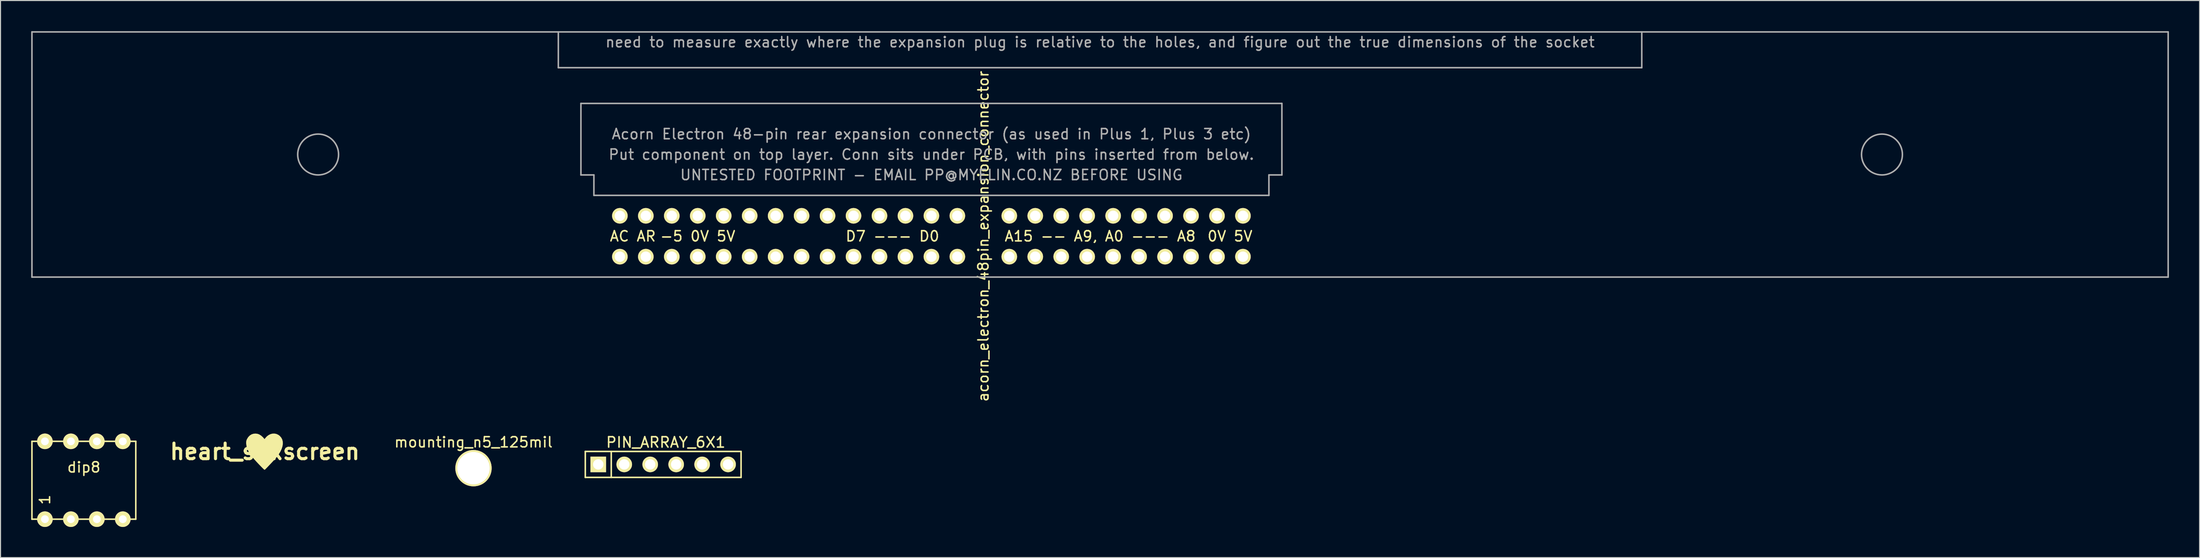
<source format=kicad_pcb>
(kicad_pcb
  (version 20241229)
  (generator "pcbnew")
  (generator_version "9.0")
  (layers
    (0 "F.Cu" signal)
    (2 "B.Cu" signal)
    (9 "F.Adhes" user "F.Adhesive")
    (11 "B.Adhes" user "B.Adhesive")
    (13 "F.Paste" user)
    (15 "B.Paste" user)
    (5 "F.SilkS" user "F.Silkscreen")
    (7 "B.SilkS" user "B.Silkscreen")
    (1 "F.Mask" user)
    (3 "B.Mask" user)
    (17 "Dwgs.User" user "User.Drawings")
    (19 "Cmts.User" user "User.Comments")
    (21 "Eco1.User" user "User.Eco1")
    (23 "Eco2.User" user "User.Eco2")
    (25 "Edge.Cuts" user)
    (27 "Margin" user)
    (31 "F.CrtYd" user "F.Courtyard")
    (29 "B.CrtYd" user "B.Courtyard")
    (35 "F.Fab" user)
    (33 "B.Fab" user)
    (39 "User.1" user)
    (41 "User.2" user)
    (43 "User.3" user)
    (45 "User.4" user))
  (footprint "mounting_n5_125mil"
    (layer "F.Cu")
    (at 43.274 42.779)
    (property "Reference" "mounting_n5_125mil" (at 0 -2.54 0) (layer "F.SilkS") (effects (font (size 1 1) (thickness 0.15))))
    (attr through_hole)
    (pad "1" thru_hole circle (at 0 0) (size 3.556 3.556) (drill 3.175) (layers "*.Cu" "*.Mask" "F.SilkS")))
  (footprint "PIN_ARRAY_6X1"
    (layer "F.Cu")
    (at 61.833 42.411)
    (property "Reference" "PIN_ARRAY_6X1" (at 0.254 -2.159 0) (layer "F.SilkS") (effects (font (size 1.016 1.016) (thickness 0.152))))
    (attr through_hole)
    (fp_line (start -7.62 -1.27) (end 7.62 -1.27) (stroke (width 0.152) (type solid)) (layer "F.SilkS"))
    (fp_line (start -7.62 1.27) (end -7.62 -1.27) (stroke (width 0.152) (type solid)) (layer "F.SilkS"))
    (fp_line (start -5.08 -1.27) (end -5.08 1.27) (stroke (width 0.152) (type solid)) (layer "F.SilkS"))
    (fp_line (start 7.62 -1.27) (end 7.62 1.27) (stroke (width 0.152) (type solid)) (layer "F.SilkS"))
    (fp_line (start 7.62 1.27) (end -7.62 1.27) (stroke (width 0.152) (type solid)) (layer "F.SilkS"))
    (pad "1" thru_hole rect (at -6.35 0) (size 1.524 1.524) (drill 1.016) (layers "*.Cu" "*.Mask" "F.SilkS"))
    (pad "2" thru_hole circle (at -3.81 0) (size 1.524 1.524) (drill 1.016) (layers "*.Cu" "*.Mask" "F.SilkS"))
    (pad "3" thru_hole circle (at -1.27 0) (size 1.524 1.524) (drill 1.016) (layers "*.Cu" "*.Mask" "F.SilkS"))
    (pad "4" thru_hole circle (at 1.27 0) (size 1.524 1.524) (drill 1.016) (layers "*.Cu" "*.Mask" "F.SilkS"))
    (pad "5" thru_hole circle (at 3.81 0) (size 1.524 1.524) (drill 1.016) (layers "*.Cu" "*.Mask" "F.SilkS"))
    (pad "6" thru_hole circle (at 6.35 0) (size 1.524 1.524) (drill 1.016) (layers "*.Cu" "*.Mask" "F.SilkS")))
  (footprint "dip8"
    (layer "F.Cu")
    (at 5.155 43.962)
    (property "Reference" "dip8" (at 0 -1.27 0) (layer "F.SilkS") (effects (font (size 1 1) (thickness 0.15))))
    (attr through_hole)
    (fp_line (start -5.08 -3.81) (end 5.08 -3.81) (stroke (width 0.15) (type solid)) (layer "F.SilkS"))
    (fp_line (start -5.08 3.81) (end -5.08 -3.81) (stroke (width 0.15) (type solid)) (layer "F.SilkS"))
    (fp_line (start 5.08 -3.81) (end 5.08 3.81) (stroke (width 0.15) (type solid)) (layer "F.SilkS"))
    (fp_line (start 5.08 3.81) (end -5.08 3.81) (stroke (width 0.15) (type solid)) (layer "F.SilkS"))
    (fp_text user "1" (at -3.81 1.905 90) (layer "F.SilkS") (effects (font (size 1 1) (thickness 0.15))))
    (pad "1" thru_hole circle (at -3.81 3.81) (size 1.524 1.524) (drill 0.762) (layers "*.Cu" "*.Mask" "F.SilkS"))
    (pad "2" thru_hole circle (at -1.27 3.81) (size 1.524 1.524) (drill 0.762) (layers "*.Cu" "*.Mask" "F.SilkS"))
    (pad "3" thru_hole circle (at 1.27 3.81) (size 1.524 1.524) (drill 0.762) (layers "*.Cu" "*.Mask" "F.SilkS"))
    (pad "4" thru_hole circle (at 3.81 3.81) (size 1.524 1.524) (drill 0.762) (layers "*.Cu" "*.Mask" "F.SilkS"))
    (pad "5" thru_hole circle (at 3.81 -3.81) (size 1.524 1.524) (drill 0.762) (layers "*.Cu" "*.Mask" "F.SilkS"))
    (pad "6" thru_hole circle (at 1.27 -3.81) (size 1.524 1.524) (drill 0.762) (layers "*.Cu" "*.Mask" "F.SilkS"))
    (pad "7" thru_hole circle (at -1.27 -3.81) (size 1.524 1.524) (drill 0.762) (layers "*.Cu" "*.Mask" "F.SilkS"))
    (pad "8" thru_hole circle (at -3.81 -3.81) (size 1.524 1.524) (drill 0.762) (layers "*.Cu" "*.Mask" "F.SilkS")))
  (footprint "acorn_electron_48pin_expansion_connector"
    (layer "F.Cu")
    (at 104.575 21.075)
    (property "Reference" "acorn_electron_48pin_expansion_connector" (at -11.42 -1 90) (layer "F.SilkS") (effects (font (size 1 1) (thickness 0.15))))
    (attr through_hole)
    (fp_line (start -104.5 -21) (end -104.5 3) (stroke (width 0.15) (type solid)) (layer "F.Fab"))
    (fp_line (start -104.5 -21) (end 104.5 -21) (stroke (width 0.15) (type solid)) (layer "F.Fab"))
    (fp_line (start -104.5 3) (end 104.5 3) (stroke (width 0.15) (type solid)) (layer "F.Fab"))
    (fp_line (start -53 -17.5) (end -53 -21) (stroke (width 0.15) (type solid)) (layer "F.Fab"))
    (fp_line (start -53 -17.5) (end 53 -17.5) (stroke (width 0.15) (type solid)) (layer "F.Fab"))
    (fp_line (start -50.79 -14) (end 17.79 -14) (stroke (width 0.15) (type solid)) (layer "F.Fab"))
    (fp_line (start -50.79 -7) (end -50.79 -14) (stroke (width 0.15) (type solid)) (layer "F.Fab"))
    (fp_line (start -49.52 -7) (end -50.79 -7) (stroke (width 0.15) (type solid)) (layer "F.Fab"))
    (fp_line (start -49.52 -5) (end -49.52 -7) (stroke (width 0.15) (type solid)) (layer "F.Fab"))
    (fp_line (start 16.52 -7) (end 16.52 -5) (stroke (width 0.15) (type solid)) (layer "F.Fab"))
    (fp_line (start 16.52 -5) (end -49.52 -5) (stroke (width 0.15) (type solid)) (layer "F.Fab"))
    (fp_line (start 17.79 -14) (end 17.79 -7) (stroke (width 0.15) (type solid)) (layer "F.Fab"))
    (fp_line (start 17.79 -7) (end 16.52 -7) (stroke (width 0.15) (type solid)) (layer "F.Fab"))
    (fp_line (start 53 -17.5) (end 53 -21) (stroke (width 0.15) (type solid)) (layer "F.Fab"))
    (fp_line (start 104.5 -21) (end 104.5 3) (stroke (width 0.15) (type solid)) (layer "F.Fab"))
    (fp_circle (center -76.5 -9) (end -76.5 -11) (stroke (width 0.15) (type solid)) (fill no) (layer "F.Fab"))
    (fp_circle (center 76.5 -9) (end 76.5 -11) (stroke (width 0.15) (type solid)) (fill no) (layer "F.Fab"))
    (fp_text user "AC AR" (at -45.71 -1 0) (layer "F.SilkS") (effects (font (size 1 1) (thickness 0.15))))
    (fp_text user "0V 5V" (at 12.71 -1 0) (layer "F.SilkS") (effects (font (size 1 1) (thickness 0.15))))
    (fp_text user "A15 -- A9, A0 --- A8" (at 0.01 -1 0) (layer "F.SilkS") (effects (font (size 1 1) (thickness 0.15))))
    (fp_text user "D7 --- D0" (at -20.31 -1 0) (layer "F.SilkS") (effects (font (size 1 1) (thickness 0.15))))
    (fp_text user "-5 0V 5V" (at -39.36 -1 0) (layer "F.SilkS") (effects (font (size 1 1) (thickness 0.15))))
    (fp_text user "UNTESTED FOOTPRINT - EMAIL PP@MYELIN.CO.NZ BEFORE USING" (at -16.5 -7 0) (layer "F.Fab") (effects (font (size 1 1) (thickness 0.15))))
    (fp_text user "Acorn Electron 48-pin rear expansion connector (as used in Plus 1, Plus 3 etc)" (at -16.5 -11 0) (layer "F.Fab") (effects (font (size 1 1) (thickness 0.15))))
    (fp_text user "need to measure exactly where the expansion plug is relative to the holes, and figure out the true dimensions of the socket" (at 0 -20 0) (layer "F.Fab") (effects (font (size 1 1) (thickness 0.15))))
    (fp_text user "Put component on top layer. Conn sits under PCB, with pins inserted from below." (at -16.5 -9 0) (layer "F.Fab") (effects (font (size 1 1) (thickness 0.15))))
    (pad "1" thru_hole circle (at -46.98 -3) (size 1.524 1.524) (drill 1.016) (layers "*.Cu" "*.Mask" "F.SilkS"))
    (pad "2" thru_hole circle (at -46.98 1) (size 1.524 1.524) (drill 1.016) (layers "*.Cu" "*.Mask" "F.SilkS"))
    (pad "3" thru_hole circle (at -44.44 -3) (size 1.524 1.524) (drill 1.016) (layers "*.Cu" "*.Mask" "F.SilkS"))
    (pad "4" thru_hole circle (at -44.44 1) (size 1.524 1.524) (drill 1.016) (layers "*.Cu" "*.Mask" "F.SilkS"))
    (pad "5" thru_hole circle (at -41.9 -3) (size 1.524 1.524) (drill 1.016) (layers "*.Cu" "*.Mask" "F.SilkS"))
    (pad "6" thru_hole circle (at -41.9 1) (size 1.524 1.524) (drill 1.016) (layers "*.Cu" "*.Mask" "F.SilkS"))
    (pad "7" thru_hole circle (at -39.36 -3) (size 1.524 1.524) (drill 1.016) (layers "*.Cu" "*.Mask" "F.SilkS"))
    (pad "8" thru_hole circle (at -39.36 1) (size 1.524 1.524) (drill 1.016) (layers "*.Cu" "*.Mask" "F.SilkS"))
    (pad "9" thru_hole circle (at -36.82 -3) (size 1.524 1.524) (drill 1.016) (layers "*.Cu" "*.Mask" "F.SilkS"))
    (pad "10" thru_hole circle (at -36.82 1) (size 1.524 1.524) (drill 1.016) (layers "*.Cu" "*.Mask" "F.SilkS"))
    (pad "11" thru_hole circle (at -34.28 -3) (size 1.524 1.524) (drill 1.016) (layers "*.Cu" "*.Mask" "F.SilkS"))
    (pad "12" thru_hole circle (at -34.28 1) (size 1.524 1.524) (drill 1.016) (layers "*.Cu" "*.Mask" "F.SilkS"))
    (pad "13" thru_hole circle (at -31.74 -3) (size 1.524 1.524) (drill 1.016) (layers "*.Cu" "*.Mask" "F.SilkS"))
    (pad "14" thru_hole circle (at -31.74 1) (size 1.524 1.524) (drill 1.016) (layers "*.Cu" "*.Mask" "F.SilkS"))
    (pad "15" thru_hole circle (at -29.2 -3) (size 1.524 1.524) (drill 1.016) (layers "*.Cu" "*.Mask" "F.SilkS"))
    (pad "16" thru_hole circle (at -29.2 1) (size 1.524 1.524) (drill 1.016) (layers "*.Cu" "*.Mask" "F.SilkS"))
    (pad "17" thru_hole circle (at -26.66 -3) (size 1.524 1.524) (drill 1.016) (layers "*.Cu" "*.Mask" "F.SilkS"))
    (pad "18" thru_hole circle (at -26.66 1) (size 1.524 1.524) (drill 1.016) (layers "*.Cu" "*.Mask" "F.SilkS"))
    (pad "19" thru_hole circle (at -24.12 -3) (size 1.524 1.524) (drill 1.016) (layers "*.Cu" "*.Mask" "F.SilkS"))
    (pad "20" thru_hole circle (at -24.12 1) (size 1.524 1.524) (drill 1.016) (layers "*.Cu" "*.Mask" "F.SilkS"))
    (pad "21" thru_hole circle (at -21.58 -3) (size 1.524 1.524) (drill 1.016) (layers "*.Cu" "*.Mask" "F.SilkS"))
    (pad "22" thru_hole circle (at -21.58 1) (size 1.524 1.524) (drill 1.016) (layers "*.Cu" "*.Mask" "F.SilkS"))
    (pad "23" thru_hole circle (at -19.04 -3) (size 1.524 1.524) (drill 1.016) (layers "*.Cu" "*.Mask" "F.SilkS"))
    (pad "24" thru_hole circle (at -19.04 1) (size 1.524 1.524) (drill 1.016) (layers "*.Cu" "*.Mask" "F.SilkS"))
    (pad "25" thru_hole circle (at -16.5 -3) (size 1.524 1.524) (drill 1.016) (layers "*.Cu" "*.Mask" "F.SilkS"))
    (pad "26" thru_hole circle (at -16.5 1) (size 1.524 1.524) (drill 1.016) (layers "*.Cu" "*.Mask" "F.SilkS"))
    (pad "27" thru_hole circle (at -13.96 -3) (size 1.524 1.524) (drill 1.016) (layers "*.Cu" "*.Mask" "F.SilkS"))
    (pad "28" thru_hole circle (at -13.96 1) (size 1.524 1.524) (drill 1.016) (layers "*.Cu" "*.Mask" "F.SilkS"))
    (pad "31" thru_hole circle (at -8.88 -3) (size 1.524 1.524) (drill 1.016) (layers "*.Cu" "*.Mask" "F.SilkS"))
    (pad "32" thru_hole circle (at -8.88 1) (size 1.524 1.524) (drill 1.016) (layers "*.Cu" "*.Mask" "F.SilkS"))
    (pad "33" thru_hole circle (at -6.34 -3) (size 1.524 1.524) (drill 1.016) (layers "*.Cu" "*.Mask" "F.SilkS"))
    (pad "34" thru_hole circle (at -6.34 1) (size 1.524 1.524) (drill 1.016) (layers "*.Cu" "*.Mask" "F.SilkS"))
    (pad "35" thru_hole circle (at -3.8 -3) (size 1.524 1.524) (drill 1.016) (layers "*.Cu" "*.Mask" "F.SilkS"))
    (pad "36" thru_hole circle (at -3.8 1) (size 1.524 1.524) (drill 1.016) (layers "*.Cu" "*.Mask" "F.SilkS"))
    (pad "37" thru_hole circle (at -1.26 -3) (size 1.524 1.524) (drill 1.016) (layers "*.Cu" "*.Mask" "F.SilkS"))
    (pad "38" thru_hole circle (at -1.26 1) (size 1.524 1.524) (drill 1.016) (layers "*.Cu" "*.Mask" "F.SilkS"))
    (pad "39" thru_hole circle (at 1.28 -3) (size 1.524 1.524) (drill 1.016) (layers "*.Cu" "*.Mask" "F.SilkS"))
    (pad "40" thru_hole circle (at 1.28 1) (size 1.524 1.524) (drill 1.016) (layers "*.Cu" "*.Mask" "F.SilkS"))
    (pad "41" thru_hole circle (at 3.82 -3) (size 1.524 1.524) (drill 1.016) (layers "*.Cu" "*.Mask" "F.SilkS"))
    (pad "42" thru_hole circle (at 3.82 1) (size 1.524 1.524) (drill 1.016) (layers "*.Cu" "*.Mask" "F.SilkS"))
    (pad "43" thru_hole circle (at 6.36 -3) (size 1.524 1.524) (drill 1.016) (layers "*.Cu" "*.Mask" "F.SilkS"))
    (pad "44" thru_hole circle (at 6.36 1) (size 1.524 1.524) (drill 1.016) (layers "*.Cu" "*.Mask" "F.SilkS"))
    (pad "45" thru_hole circle (at 8.9 -3) (size 1.524 1.524) (drill 1.016) (layers "*.Cu" "*.Mask" "F.SilkS"))
    (pad "46" thru_hole circle (at 8.9 1) (size 1.524 1.524) (drill 1.016) (layers "*.Cu" "*.Mask" "F.SilkS"))
    (pad "47" thru_hole circle (at 11.44 -3) (size 1.524 1.524) (drill 1.016) (layers "*.Cu" "*.Mask" "F.SilkS"))
    (pad "48" thru_hole circle (at 11.44 1) (size 1.524 1.524) (drill 1.016) (layers "*.Cu" "*.Mask" "F.SilkS"))
    (pad "49" thru_hole circle (at 13.98 -3) (size 1.524 1.524) (drill 1.016) (layers "*.Cu" "*.Mask" "F.SilkS"))
    (pad "50" thru_hole circle (at 13.98 1) (size 1.524 1.524) (drill 1.016) (layers "*.Cu" "*.Mask" "F.SilkS")))
  (footprint "heart_silkscreen"
    (layer "F.Cu")
    (at 22.86 41.16)
    (property "Reference" "heart_silkscreen" (at 0 0 0) (layer "F.SilkS") (effects (font (size 1.524 1.524) (thickness 0.3))))
    (attr through_hole)
    (fp_poly (pts (xy 1.714 -0.744) (xy 1.675 -0.511) (xy 1.593 -0.264) (xy 1.469 -0.006) (xy 1.303 0.262) (xy 1.095 0.537) (xy 0.969 0.685) (xy 0.885 0.778) (xy 0.784 0.887) (xy 0.672 1.008) (xy 0.553 1.134) (xy 0.433 1.261) (xy 0.317 1.383) (xy 0.21 1.495) (xy 0.117 1.59) (xy 0.043 1.665) (xy -0.006 1.712) (xy -0.025 1.727) (xy -0.047 1.71) (xy -0.099 1.662) (xy -0.174 1.589) (xy -0.267 1.497) (xy -0.359 1.403) (xy -0.592 1.161) (xy -0.807 0.93) (xy -0.999 0.717) (xy -1.162 0.526) (xy -1.294 0.363) (xy -1.328 0.318) (xy -1.508 0.045) (xy -1.644 -0.23) (xy -1.733 -0.501) (xy -1.775 -0.765) (xy -1.778 -0.858) (xy -1.774 -0.974) (xy -1.758 -1.066) (xy -1.724 -1.158) (xy -1.702 -1.206) (xy -1.589 -1.391) (xy -1.444 -1.54) (xy -1.274 -1.647) (xy -1.103 -1.702) (xy -0.917 -1.719) (xy -0.733 -1.698) (xy -0.584 -1.648) (xy -0.395 -1.532) (xy -0.218 -1.372) (xy -0.126 -1.266) (xy -0.03 -1.145) (xy 0.076 -1.285) (xy 0.23 -1.456) (xy 0.402 -1.585) (xy 0.585 -1.673) (xy 0.774 -1.717) (xy 0.964 -1.718) (xy 1.149 -1.674) (xy 1.324 -1.584) (xy 1.433 -1.498) (xy 1.569 -1.34) (xy 1.662 -1.16) (xy 1.71 -0.961) (xy 1.714 -0.744)) (stroke (width 0.1) (type solid)) (fill yes) (layer "F.SilkS")))
  (gr_rect
    (start -3 -3)
    (end 212.15 51.534)
    (stroke (width 0.1) (type default))
    (fill no)
    (layer "Edge.Cuts")))
</source>
